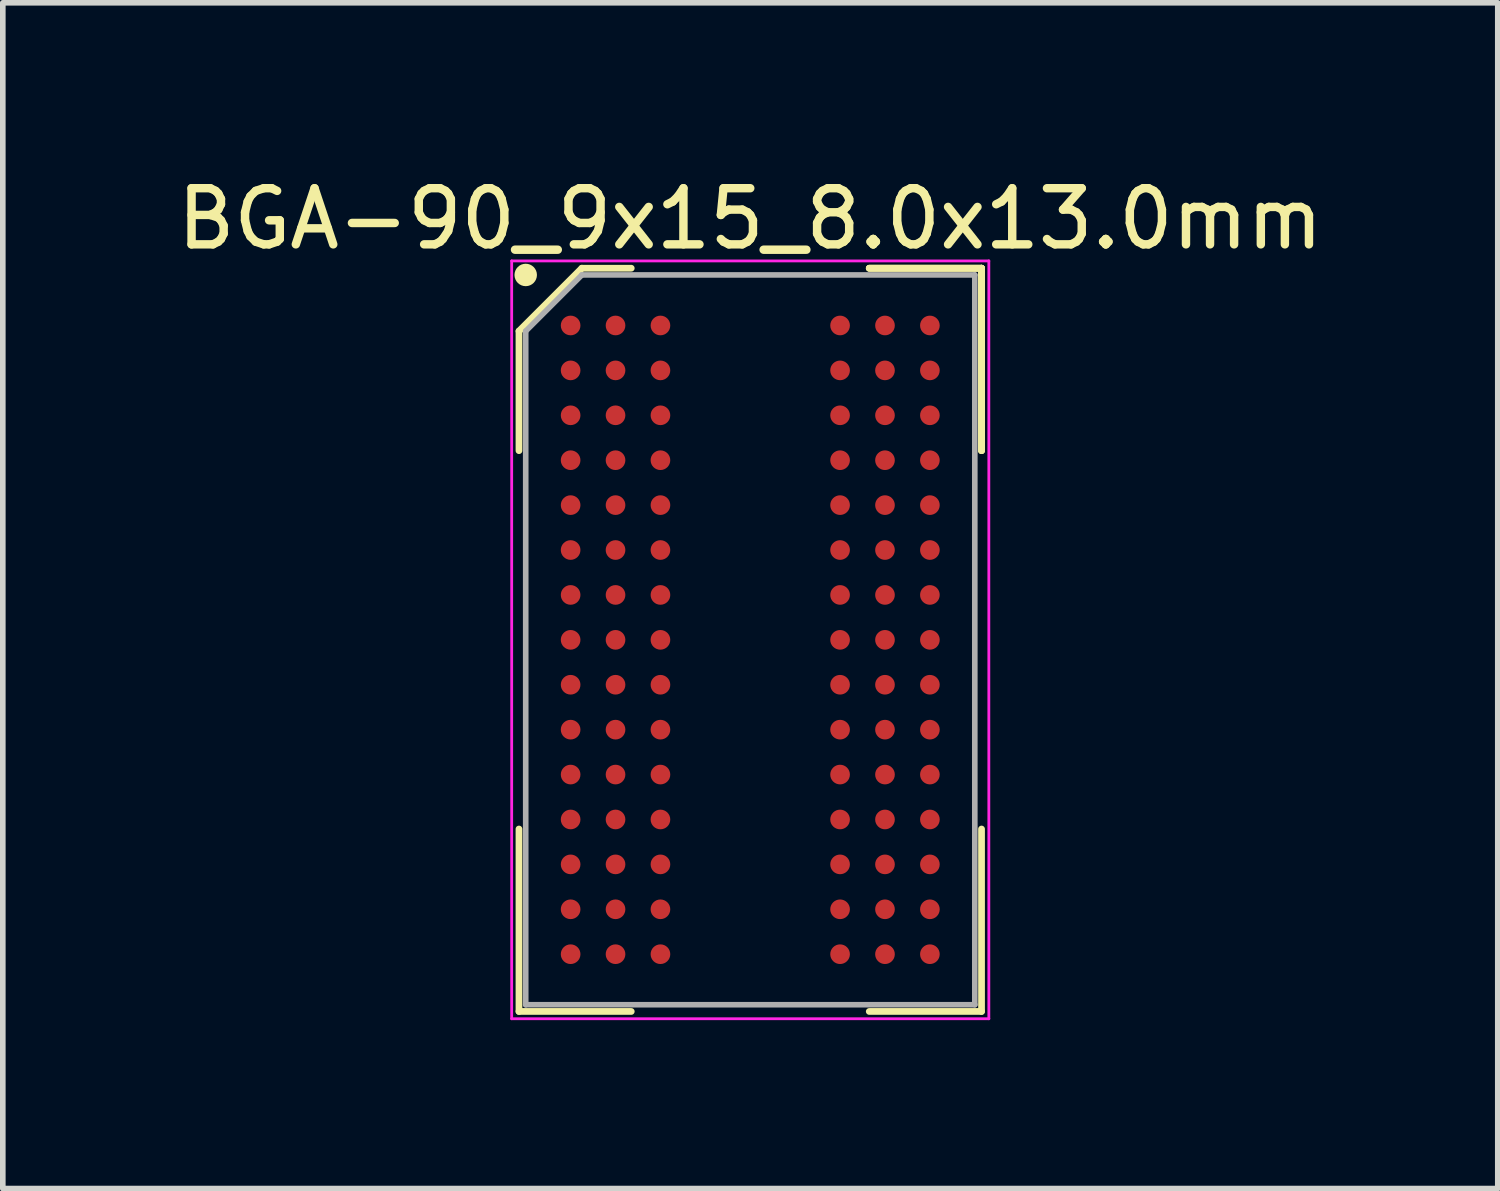
<source format=kicad_pcb>
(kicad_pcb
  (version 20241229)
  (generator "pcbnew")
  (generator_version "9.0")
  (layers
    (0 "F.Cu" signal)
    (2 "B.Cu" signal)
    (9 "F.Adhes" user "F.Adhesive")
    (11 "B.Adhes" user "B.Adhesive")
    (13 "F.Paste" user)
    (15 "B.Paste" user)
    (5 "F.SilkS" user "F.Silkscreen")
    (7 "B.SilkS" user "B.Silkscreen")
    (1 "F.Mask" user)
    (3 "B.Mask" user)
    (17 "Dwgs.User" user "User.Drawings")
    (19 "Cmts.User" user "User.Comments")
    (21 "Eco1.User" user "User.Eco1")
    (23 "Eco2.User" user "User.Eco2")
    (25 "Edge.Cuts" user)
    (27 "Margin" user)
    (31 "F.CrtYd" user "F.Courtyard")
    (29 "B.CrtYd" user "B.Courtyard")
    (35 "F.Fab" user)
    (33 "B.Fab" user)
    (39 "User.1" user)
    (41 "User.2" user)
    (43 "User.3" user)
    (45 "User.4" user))
  (footprint "BGA-90_9x15_8.0x13.0mm"
    (layer "F.Cu")
    (at 10.315 8.348)
    (property "Reference" "BGA-90_9x15_8.0x13.0mm" (at 0 -7.5 0) (layer "F.SilkS") (effects (font (size 1 1) (thickness 0.15))))
    (attr smd)
    (fp_line (start -4.12 -5.5) (end -4.12 -3.37) (stroke (width 0.12) (type solid)) (layer "F.SilkS"))
    (fp_line (start -4.12 6.62) (end -4.12 3.37) (stroke (width 0.12) (type solid)) (layer "F.SilkS"))
    (fp_line (start -3 -6.62) (end -4.12 -5.5) (stroke (width 0.12) (type solid)) (layer "F.SilkS"))
    (fp_line (start -2.12 -6.62) (end -3 -6.62) (stroke (width 0.12) (type solid)) (layer "F.SilkS"))
    (fp_line (start -2.12 6.62) (end -4.12 6.62) (stroke (width 0.12) (type solid)) (layer "F.SilkS"))
    (fp_line (start 2.12 -6.62) (end 4.12 -6.62) (stroke (width 0.12) (type solid)) (layer "F.SilkS"))
    (fp_line (start 2.12 -6.62) (end 4.12 -6.62) (stroke (width 0.12) (type solid)) (layer "F.SilkS"))
    (fp_line (start 2.12 -6.62) (end 4.12 -6.62) (stroke (width 0.12) (type solid)) (layer "F.SilkS"))
    (fp_line (start 2.12 6.62) (end 4.12 6.62) (stroke (width 0.12) (type solid)) (layer "F.SilkS"))
    (fp_line (start 4.12 -6.62) (end 4.12 -3.37) (stroke (width 0.12) (type solid)) (layer "F.SilkS"))
    (fp_line (start 4.12 -6.62) (end 4.12 -3.37) (stroke (width 0.12) (type solid)) (layer "F.SilkS"))
    (fp_line (start 4.12 -6.62) (end 4.12 -3.37) (stroke (width 0.12) (type solid)) (layer "F.SilkS"))
    (fp_line (start 4.12 6.62) (end 4.12 3.37) (stroke (width 0.12) (type solid)) (layer "F.SilkS"))
    (fp_circle (center -4 -6.5) (end -4 -6.4) (stroke (width 0.2) (type solid)) (fill no) (layer "F.SilkS"))
    (fp_line (start -4.25 -6.75) (end 4.25 -6.75) (stroke (width 0.05) (type solid)) (layer "F.CrtYd"))
    (fp_line (start -4.25 6.75) (end -4.25 -6.75) (stroke (width 0.05) (type solid)) (layer "F.CrtYd"))
    (fp_line (start 4.25 -6.75) (end 4.25 6.75) (stroke (width 0.05) (type solid)) (layer "F.CrtYd"))
    (fp_line (start 4.25 6.75) (end -4.25 6.75) (stroke (width 0.05) (type solid)) (layer "F.CrtYd"))
    (fp_line (start -4 -5.5) (end -4 6.5) (stroke (width 0.1) (type solid)) (layer "F.Fab"))
    (fp_line (start -4 6.5) (end 4 6.5) (stroke (width 0.1) (type solid)) (layer "F.Fab"))
    (fp_line (start -3 -6.5) (end -4 -5.5) (stroke (width 0.1) (type solid)) (layer "F.Fab"))
    (fp_line (start 4 -6.5) (end -3 -6.5) (stroke (width 0.1) (type solid)) (layer "F.Fab"))
    (fp_line (start 4 6.5) (end 4 -6.5) (stroke (width 0.1) (type solid)) (layer "F.Fab"))
    (pad "A1" smd circle (at -3.2 -5.6) (size 0.35 0.35) (layers "F.Cu" "F.Mask" "F.Paste"))
    (pad "A2" smd circle (at -2.4 -5.6) (size 0.35 0.35) (layers "F.Cu" "F.Mask" "F.Paste"))
    (pad "A3" smd circle (at -1.6 -5.6) (size 0.35 0.35) (layers "F.Cu" "F.Mask" "F.Paste"))
    (pad "A7" smd circle (at 1.6 -5.6) (size 0.35 0.35) (layers "F.Cu" "F.Mask" "F.Paste"))
    (pad "A8" smd circle (at 2.4 -5.6) (size 0.35 0.35) (layers "F.Cu" "F.Mask" "F.Paste"))
    (pad "A9" smd circle (at 3.2 -5.6) (size 0.35 0.35) (layers "F.Cu" "F.Mask" "F.Paste"))
    (pad "B1" smd circle (at -3.2 -4.8) (size 0.35 0.35) (layers "F.Cu" "F.Mask" "F.Paste"))
    (pad "B2" smd circle (at -2.4 -4.8) (size 0.35 0.35) (layers "F.Cu" "F.Mask" "F.Paste"))
    (pad "B3" smd circle (at -1.6 -4.8) (size 0.35 0.35) (layers "F.Cu" "F.Mask" "F.Paste"))
    (pad "B7" smd circle (at 1.6 -4.8) (size 0.35 0.35) (layers "F.Cu" "F.Mask" "F.Paste"))
    (pad "B8" smd circle (at 2.4 -4.8) (size 0.35 0.35) (layers "F.Cu" "F.Mask" "F.Paste"))
    (pad "B9" smd circle (at 3.2 -4.8) (size 0.35 0.35) (layers "F.Cu" "F.Mask" "F.Paste"))
    (pad "C1" smd circle (at -3.2 -4) (size 0.35 0.35) (layers "F.Cu" "F.Mask" "F.Paste"))
    (pad "C2" smd circle (at -2.4 -4) (size 0.35 0.35) (layers "F.Cu" "F.Mask" "F.Paste"))
    (pad "C3" smd circle (at -1.6 -4) (size 0.35 0.35) (layers "F.Cu" "F.Mask" "F.Paste"))
    (pad "C7" smd circle (at 1.6 -4) (size 0.35 0.35) (layers "F.Cu" "F.Mask" "F.Paste"))
    (pad "C8" smd circle (at 2.4 -4) (size 0.35 0.35) (layers "F.Cu" "F.Mask" "F.Paste"))
    (pad "C9" smd circle (at 3.2 -4) (size 0.35 0.35) (layers "F.Cu" "F.Mask" "F.Paste"))
    (pad "D1" smd circle (at -3.2 -3.2) (size 0.35 0.35) (layers "F.Cu" "F.Mask" "F.Paste"))
    (pad "D2" smd circle (at -2.4 -3.2) (size 0.35 0.35) (layers "F.Cu" "F.Mask" "F.Paste"))
    (pad "D3" smd circle (at -1.6 -3.2) (size 0.35 0.35) (layers "F.Cu" "F.Mask" "F.Paste"))
    (pad "D7" smd circle (at 1.6 -3.2) (size 0.35 0.35) (layers "F.Cu" "F.Mask" "F.Paste"))
    (pad "D8" smd circle (at 2.4 -3.2) (size 0.35 0.35) (layers "F.Cu" "F.Mask" "F.Paste"))
    (pad "D9" smd circle (at 3.2 -3.2) (size 0.35 0.35) (layers "F.Cu" "F.Mask" "F.Paste"))
    (pad "E1" smd circle (at -3.2 -2.4) (size 0.35 0.35) (layers "F.Cu" "F.Mask" "F.Paste"))
    (pad "E2" smd circle (at -2.4 -2.4) (size 0.35 0.35) (layers "F.Cu" "F.Mask" "F.Paste"))
    (pad "E3" smd circle (at -1.6 -2.4) (size 0.35 0.35) (layers "F.Cu" "F.Mask" "F.Paste"))
    (pad "E7" smd circle (at 1.6 -2.4) (size 0.35 0.35) (layers "F.Cu" "F.Mask" "F.Paste"))
    (pad "E8" smd circle (at 2.4 -2.4) (size 0.35 0.35) (layers "F.Cu" "F.Mask" "F.Paste"))
    (pad "E9" smd circle (at 3.2 -2.4) (size 0.35 0.35) (layers "F.Cu" "F.Mask" "F.Paste"))
    (pad "F1" smd circle (at -3.2 -1.6) (size 0.35 0.35) (layers "F.Cu" "F.Mask" "F.Paste"))
    (pad "F2" smd circle (at -2.4 -1.6) (size 0.35 0.35) (layers "F.Cu" "F.Mask" "F.Paste"))
    (pad "F3" smd circle (at -1.6 -1.6) (size 0.35 0.35) (layers "F.Cu" "F.Mask" "F.Paste"))
    (pad "F7" smd circle (at 1.6 -1.6) (size 0.35 0.35) (layers "F.Cu" "F.Mask" "F.Paste"))
    (pad "F8" smd circle (at 2.4 -1.6) (size 0.35 0.35) (layers "F.Cu" "F.Mask" "F.Paste"))
    (pad "F9" smd circle (at 3.2 -1.6) (size 0.35 0.35) (layers "F.Cu" "F.Mask" "F.Paste"))
    (pad "G1" smd circle (at -3.2 -0.8) (size 0.35 0.35) (layers "F.Cu" "F.Mask" "F.Paste"))
    (pad "G2" smd circle (at -2.4 -0.8) (size 0.35 0.35) (layers "F.Cu" "F.Mask" "F.Paste"))
    (pad "G3" smd circle (at -1.6 -0.8) (size 0.35 0.35) (layers "F.Cu" "F.Mask" "F.Paste"))
    (pad "G7" smd circle (at 1.6 -0.8) (size 0.35 0.35) (layers "F.Cu" "F.Mask" "F.Paste"))
    (pad "G8" smd circle (at 2.4 -0.8) (size 0.35 0.35) (layers "F.Cu" "F.Mask" "F.Paste"))
    (pad "G9" smd circle (at 3.2 -0.8) (size 0.35 0.35) (layers "F.Cu" "F.Mask" "F.Paste"))
    (pad "H1" smd circle (at -3.2 0) (size 0.35 0.35) (layers "F.Cu" "F.Mask" "F.Paste"))
    (pad "H2" smd circle (at -2.4 0) (size 0.35 0.35) (layers "F.Cu" "F.Mask" "F.Paste"))
    (pad "H3" smd circle (at -1.6 0) (size 0.35 0.35) (layers "F.Cu" "F.Mask" "F.Paste"))
    (pad "H7" smd circle (at 1.6 0) (size 0.35 0.35) (layers "F.Cu" "F.Mask" "F.Paste"))
    (pad "H8" smd circle (at 2.4 0) (size 0.35 0.35) (layers "F.Cu" "F.Mask" "F.Paste"))
    (pad "H9" smd circle (at 3.2 0) (size 0.35 0.35) (layers "F.Cu" "F.Mask" "F.Paste"))
    (pad "J1" smd circle (at -3.2 0.8) (size 0.35 0.35) (layers "F.Cu" "F.Mask" "F.Paste"))
    (pad "J2" smd circle (at -2.4 0.8) (size 0.35 0.35) (layers "F.Cu" "F.Mask" "F.Paste"))
    (pad "J3" smd circle (at -1.6 0.8) (size 0.35 0.35) (layers "F.Cu" "F.Mask" "F.Paste"))
    (pad "J7" smd circle (at 1.6 0.8) (size 0.35 0.35) (layers "F.Cu" "F.Mask" "F.Paste"))
    (pad "J8" smd circle (at 2.4 0.8) (size 0.35 0.35) (layers "F.Cu" "F.Mask" "F.Paste"))
    (pad "J9" smd circle (at 3.2 0.8) (size 0.35 0.35) (layers "F.Cu" "F.Mask" "F.Paste"))
    (pad "K1" smd circle (at -3.2 1.6) (size 0.35 0.35) (layers "F.Cu" "F.Mask" "F.Paste"))
    (pad "K2" smd circle (at -2.4 1.6) (size 0.35 0.35) (layers "F.Cu" "F.Mask" "F.Paste"))
    (pad "K3" smd circle (at -1.6 1.6) (size 0.35 0.35) (layers "F.Cu" "F.Mask" "F.Paste"))
    (pad "K7" smd circle (at 1.6 1.6) (size 0.35 0.35) (layers "F.Cu" "F.Mask" "F.Paste"))
    (pad "K8" smd circle (at 2.4 1.6) (size 0.35 0.35) (layers "F.Cu" "F.Mask" "F.Paste"))
    (pad "K9" smd circle (at 3.2 1.6) (size 0.35 0.35) (layers "F.Cu" "F.Mask" "F.Paste"))
    (pad "L1" smd circle (at -3.2 2.4) (size 0.35 0.35) (layers "F.Cu" "F.Mask" "F.Paste"))
    (pad "L2" smd circle (at -2.4 2.4) (size 0.35 0.35) (layers "F.Cu" "F.Mask" "F.Paste"))
    (pad "L3" smd circle (at -1.6 2.4) (size 0.35 0.35) (layers "F.Cu" "F.Mask" "F.Paste"))
    (pad "L7" smd circle (at 1.6 2.4) (size 0.35 0.35) (layers "F.Cu" "F.Mask" "F.Paste"))
    (pad "L8" smd circle (at 2.4 2.4) (size 0.35 0.35) (layers "F.Cu" "F.Mask" "F.Paste"))
    (pad "L9" smd circle (at 3.2 2.4) (size 0.35 0.35) (layers "F.Cu" "F.Mask" "F.Paste"))
    (pad "M1" smd circle (at -3.2 3.2) (size 0.35 0.35) (layers "F.Cu" "F.Mask" "F.Paste"))
    (pad "M2" smd circle (at -2.4 3.2) (size 0.35 0.35) (layers "F.Cu" "F.Mask" "F.Paste"))
    (pad "M3" smd circle (at -1.6 3.2) (size 0.35 0.35) (layers "F.Cu" "F.Mask" "F.Paste"))
    (pad "M7" smd circle (at 1.6 3.2) (size 0.35 0.35) (layers "F.Cu" "F.Mask" "F.Paste"))
    (pad "M8" smd circle (at 2.4 3.2) (size 0.35 0.35) (layers "F.Cu" "F.Mask" "F.Paste"))
    (pad "M9" smd circle (at 3.2 3.2) (size 0.35 0.35) (layers "F.Cu" "F.Mask" "F.Paste"))
    (pad "N1" smd circle (at -3.2 4) (size 0.35 0.35) (layers "F.Cu" "F.Mask" "F.Paste"))
    (pad "N2" smd circle (at -2.4 4) (size 0.35 0.35) (layers "F.Cu" "F.Mask" "F.Paste"))
    (pad "N3" smd circle (at -1.6 4) (size 0.35 0.35) (layers "F.Cu" "F.Mask" "F.Paste"))
    (pad "N7" smd circle (at 1.6 4) (size 0.35 0.35) (layers "F.Cu" "F.Mask" "F.Paste"))
    (pad "N8" smd circle (at 2.4 4) (size 0.35 0.35) (layers "F.Cu" "F.Mask" "F.Paste"))
    (pad "N9" smd circle (at 3.2 4) (size 0.35 0.35) (layers "F.Cu" "F.Mask" "F.Paste"))
    (pad "P1" smd circle (at -3.2 4.8) (size 0.35 0.35) (layers "F.Cu" "F.Mask" "F.Paste"))
    (pad "P2" smd circle (at -2.4 4.8) (size 0.35 0.35) (layers "F.Cu" "F.Mask" "F.Paste"))
    (pad "P3" smd circle (at -1.6 4.8) (size 0.35 0.35) (layers "F.Cu" "F.Mask" "F.Paste"))
    (pad "P7" smd circle (at 1.6 4.8) (size 0.35 0.35) (layers "F.Cu" "F.Mask" "F.Paste"))
    (pad "P8" smd circle (at 2.4 4.8) (size 0.35 0.35) (layers "F.Cu" "F.Mask" "F.Paste"))
    (pad "P9" smd circle (at 3.2 4.8) (size 0.35 0.35) (layers "F.Cu" "F.Mask" "F.Paste"))
    (pad "R1" smd circle (at -3.2 5.6) (size 0.35 0.35) (layers "F.Cu" "F.Mask" "F.Paste"))
    (pad "R2" smd circle (at -2.4 5.6) (size 0.35 0.35) (layers "F.Cu" "F.Mask" "F.Paste"))
    (pad "R3" smd circle (at -1.6 5.6) (size 0.35 0.35) (layers "F.Cu" "F.Mask" "F.Paste"))
    (pad "R7" smd circle (at 1.6 5.6) (size 0.35 0.35) (layers "F.Cu" "F.Mask" "F.Paste"))
    (pad "R8" smd circle (at 2.4 5.6) (size 0.35 0.35) (layers "F.Cu" "F.Mask" "F.Paste"))
    (pad "R9" smd circle (at 3.2 5.6) (size 0.35 0.35) (layers "F.Cu" "F.Mask" "F.Paste")))
  (gr_rect
    (start -3 -3)
    (end 23.631 18.123)
    (stroke (width 0.1) (type default))
    (fill no)
    (layer "Edge.Cuts")))
</source>
